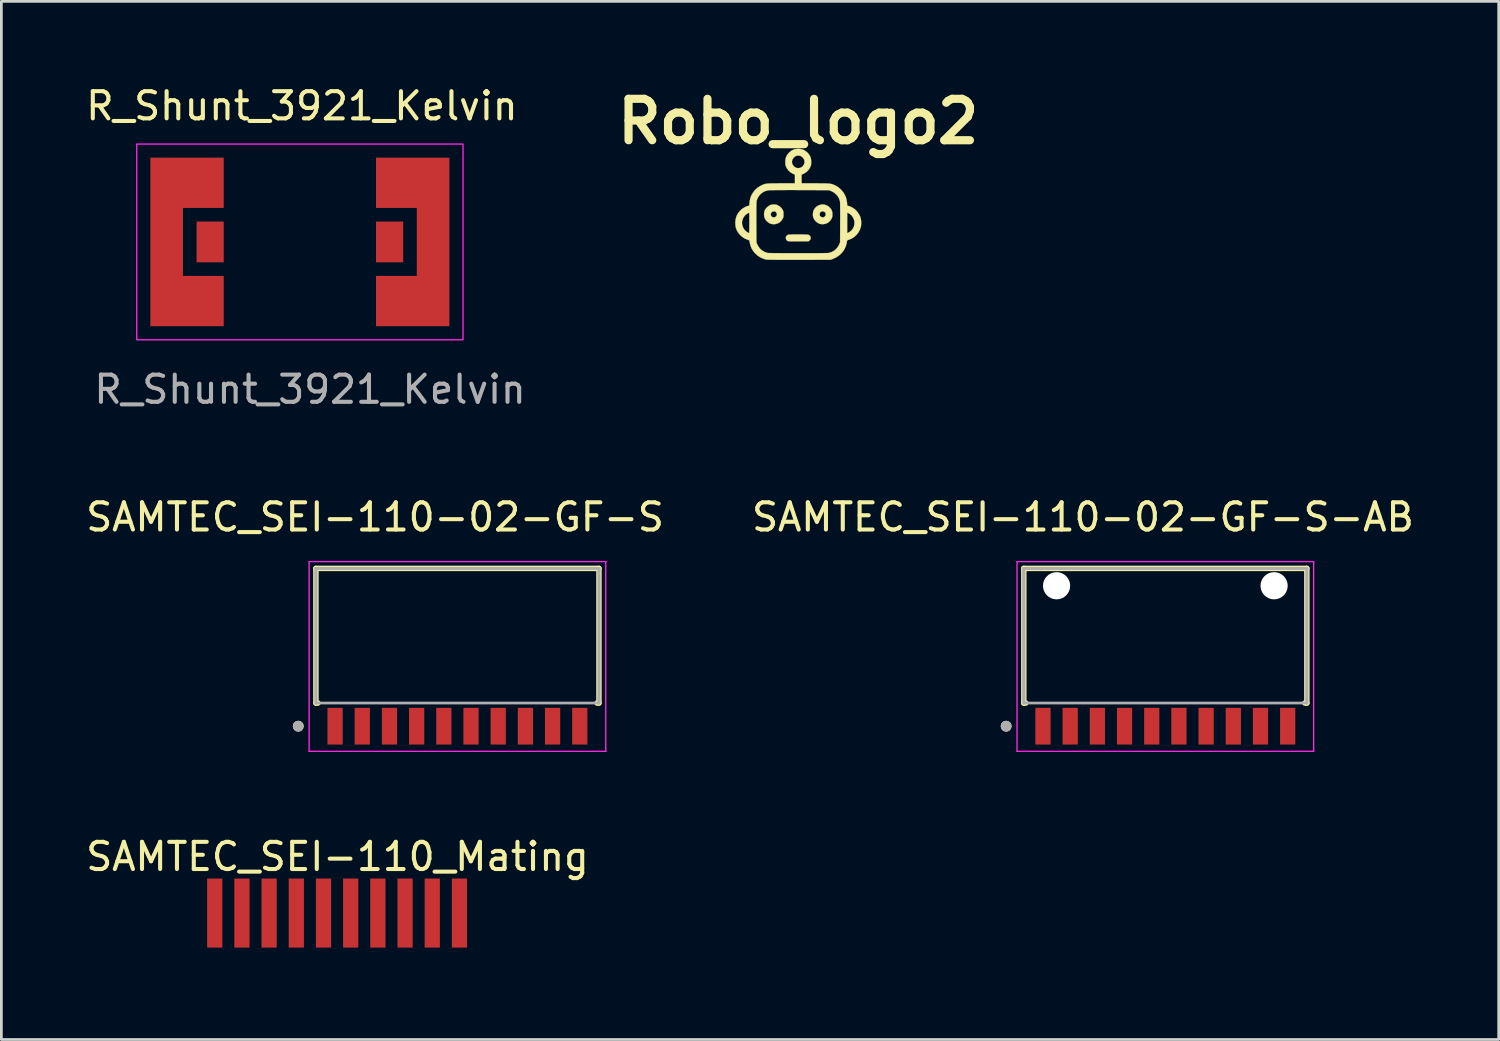
<source format=kicad_pcb>
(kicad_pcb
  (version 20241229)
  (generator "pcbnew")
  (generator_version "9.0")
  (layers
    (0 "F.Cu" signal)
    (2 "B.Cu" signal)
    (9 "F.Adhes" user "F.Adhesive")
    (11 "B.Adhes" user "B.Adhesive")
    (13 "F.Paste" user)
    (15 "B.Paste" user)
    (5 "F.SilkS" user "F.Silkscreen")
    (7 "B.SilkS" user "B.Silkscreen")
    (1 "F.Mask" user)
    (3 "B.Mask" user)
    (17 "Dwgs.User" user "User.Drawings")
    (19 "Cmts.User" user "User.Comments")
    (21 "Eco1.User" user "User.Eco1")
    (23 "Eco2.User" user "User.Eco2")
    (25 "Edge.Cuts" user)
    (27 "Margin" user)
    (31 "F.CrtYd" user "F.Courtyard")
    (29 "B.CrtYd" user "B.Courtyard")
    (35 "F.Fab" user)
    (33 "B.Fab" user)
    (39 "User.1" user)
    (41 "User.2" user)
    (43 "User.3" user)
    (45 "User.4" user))
  (footprint "SAMTEC_SEI-110_Mating"
    (layer "F.Cu")
    (at 9.348 30.532)
    (property "Reference" "SAMTEC_SEI-110_Mating" (at 0.015 -2.075 0) (layer "F.SilkS") (effects (font (size 1 1) (thickness 0.15))))
    (attr through_hole)
    (fp_poly (pts (xy 5.1 1.6) (xy -5.1 1.6) (xy -5.1 -1.6) (xy 5.1 -1.6)) (stroke (width 0.1) (type solid)) (fill yes) (layer "F.Mask"))
    (pad "1" connect rect (at -4.5 0) (size 0.56 2.54) (layers "F.Cu" "F.Mask"))
    (pad "2" connect rect (at -3.5 0) (size 0.56 2.54) (layers "F.Cu" "F.Mask"))
    (pad "3" connect rect (at -2.5 0) (size 0.56 2.54) (layers "F.Cu" "F.Mask"))
    (pad "4" connect rect (at -1.5 0) (size 0.56 2.54) (layers "F.Cu" "F.Mask"))
    (pad "5" connect rect (at -0.5 0) (size 0.56 2.54) (layers "F.Cu" "F.Mask"))
    (pad "6" connect rect (at 0.5 0) (size 0.56 2.54) (layers "F.Cu" "F.Mask"))
    (pad "7" connect rect (at 1.5 0) (size 0.56 2.54) (layers "F.Cu" "F.Mask"))
    (pad "8" connect rect (at 2.5 0) (size 0.56 2.54) (layers "F.Cu" "F.Mask"))
    (pad "9" connect rect (at 3.5 0) (size 0.56 2.54) (layers "F.Cu" "F.Mask"))
    (pad "10" connect rect (at 4.5 0) (size 0.56 2.54) (layers "F.Cu" "F.Mask")))
  (footprint "SAMTEC_SEI-110-02-GF-S"
    (layer "F.Cu")
    (at 13.774 20.333)
    (property "Reference" "SAMTEC_SEI-110-02-GF-S" (at -3.03 -4.363 0) (layer "F.SilkS") (effects (font (size 1 1) (thickness 0.15))))
    (attr smd)
    (fp_line (start -5.205 -2.478) (end 5.205 -2.478) (stroke (width 0.2) (type solid)) (layer "F.SilkS"))
    (fp_line (start -5.205 2.475) (end -5.205 -2.478) (stroke (width 0.2) (type solid)) (layer "F.SilkS"))
    (fp_line (start -5.13 2.475) (end -5.205 2.475) (stroke (width 0.2) (type solid)) (layer "F.SilkS"))
    (fp_line (start 5.13 2.475) (end 5.205 2.475) (stroke (width 0.2) (type solid)) (layer "F.SilkS"))
    (fp_line (start 5.205 -2.478) (end 5.205 2.475) (stroke (width 0.2) (type solid)) (layer "F.SilkS"))
    (fp_circle (center -5.855 3.326) (end -5.755 3.326) (stroke (width 0.2) (type solid)) (fill no) (layer "F.SilkS"))
    (fp_line (start -5.455 -2.728) (end 5.455 -2.728) (stroke (width 0.05) (type solid)) (layer "F.CrtYd"))
    (fp_line (start -5.455 4.251) (end -5.455 -2.728) (stroke (width 0.05) (type solid)) (layer "F.CrtYd"))
    (fp_line (start 5.455 -2.728) (end 5.455 4.251) (stroke (width 0.05) (type solid)) (layer "F.CrtYd"))
    (fp_line (start 5.455 4.251) (end -5.455 4.251) (stroke (width 0.05) (type solid)) (layer "F.CrtYd"))
    (fp_line (start -5.205 -2.478) (end 5.205 -2.478) (stroke (width 0.1) (type solid)) (layer "F.Fab"))
    (fp_line (start -5.205 -2.478) (end 5.205 -2.478) (stroke (width 0.1) (type solid)) (layer "F.Fab"))
    (fp_line (start -5.205 2.475) (end -5.205 -2.478) (stroke (width 0.1) (type solid)) (layer "F.Fab"))
    (fp_line (start -5.205 2.475) (end -5.205 -2.478) (stroke (width 0.1) (type solid)) (layer "F.Fab"))
    (fp_line (start 5.205 -2.478) (end 5.205 2.475) (stroke (width 0.1) (type solid)) (layer "F.Fab"))
    (fp_line (start 5.205 -2.478) (end 5.205 2.475) (stroke (width 0.1) (type solid)) (layer "F.Fab"))
    (fp_line (start 5.205 2.475) (end -5.205 2.475) (stroke (width 0.1) (type solid)) (layer "F.Fab"))
    (fp_circle (center -5.855 3.326) (end -5.755 3.326) (stroke (width 0.2) (type solid)) (fill no) (layer "F.Fab"))
    (pad "1" smd rect (at -4.5 3.326) (size 0.56 1.35) (layers "F.Cu" "F.Mask" "F.Paste"))
    (pad "2" smd rect (at -3.5 3.326) (size 0.56 1.35) (layers "F.Cu" "F.Mask" "F.Paste"))
    (pad "3" smd rect (at -2.5 3.326) (size 0.56 1.35) (layers "F.Cu" "F.Mask" "F.Paste"))
    (pad "4" smd rect (at -1.5 3.326) (size 0.56 1.35) (layers "F.Cu" "F.Mask" "F.Paste"))
    (pad "5" smd rect (at -0.5 3.326) (size 0.56 1.35) (layers "F.Cu" "F.Mask" "F.Paste"))
    (pad "6" smd rect (at 0.5 3.326) (size 0.56 1.35) (layers "F.Cu" "F.Mask" "F.Paste"))
    (pad "7" smd rect (at 1.5 3.326) (size 0.56 1.35) (layers "F.Cu" "F.Mask" "F.Paste"))
    (pad "8" smd rect (at 2.5 3.326) (size 0.56 1.35) (layers "F.Cu" "F.Mask" "F.Paste"))
    (pad "9" smd rect (at 3.5 3.326) (size 0.56 1.35) (layers "F.Cu" "F.Mask" "F.Paste"))
    (pad "10" smd rect (at 4.5 3.326) (size 0.56 1.35) (layers "F.Cu" "F.Mask" "F.Paste")))
  (footprint "R_Shunt_3921_Kelvin"
    (layer "F.Cu")
    (at 7.979 5.848)
    (property "Reference" "R_Shunt_3921_Kelvin" (at 0.075 -5 0) (unlocked yes) (layer "F.SilkS") (effects (font (size 1 1) (thickness 0.15))))
    (attr smd)
    (fp_rect (start -6 -3.6) (end 6 3.6) (stroke (width 0.05) (type solid)) (fill no) (layer "F.CrtYd"))
    (fp_text user "${REFERENCE}" (at 0.375 5.425 0) (unlocked yes) (layer "F.Fab") (effects (font (size 1 1) (thickness 0.15))))
    (pad "1" smd custom (at -4.825 0) (size 1 1) (layers "F.Cu" "F.Mask" "F.Paste") (options (anchor rect)) (primitives (gr_poly (pts (xy -0.675 -3.1) (xy 2.025 -3.1) (xy 2.025 -1.25) (xy 0.525 -1.25) (xy 0.525 1.25) (xy 2.025 1.25) (xy 2.025 3.1) (xy -0.675 3.1)) (width 0) (fill yes))))
    (pad "2" smd rect (at -3.3 0) (size 1 1.5) (layers "F.Cu" "F.Mask" "F.Paste"))
    (pad "3" smd rect (at 3.3 0 180) (size 1 1.5) (layers "F.Cu" "F.Mask" "F.Paste"))
    (pad "4" smd custom (at 4.825 0 180) (size 1 1) (layers "F.Cu" "F.Mask" "F.Paste") (options (anchor rect)) (primitives (gr_poly (pts (xy -0.675 -3.1) (xy 2.025 -3.1) (xy 2.025 -1.25) (xy 0.525 -1.25) (xy 0.525 1.25) (xy 2.025 1.25) (xy 2.025 3.1) (xy -0.675 3.1)) (width 0) (fill yes)))))
  (footprint "Robo_logo2"
    (layer "F.Cu")
    (at 26.309 4.466)
    (property "Reference" "Robo_logo2" (at 0 -3.048 0) (layer "F.SilkS") (effects (font (size 1.524 1.524) (thickness 0.3))))
    (attr through_hole)
    (fp_poly (pts (xy 0.11 1.108) (xy 0.182 1.109) (xy 0.247 1.11) (xy 0.301 1.112) (xy 0.342 1.115) (xy 0.366 1.117) (xy 0.368 1.118) (xy 0.411 1.14) (xy 0.442 1.175) (xy 0.456 1.221) (xy 0.457 1.235) (xy 0.454 1.268) (xy 0.443 1.293) (xy 0.422 1.318) (xy 0.388 1.356) (xy 0.013 1.359) (xy -0.086 1.359) (xy -0.167 1.36) (xy -0.232 1.359) (xy -0.283 1.359) (xy -0.322 1.357) (xy -0.35 1.355) (xy -0.37 1.352) (xy -0.384 1.349) (xy -0.392 1.346) (xy -0.427 1.318) (xy -0.45 1.279) (xy -0.457 1.235) (xy -0.45 1.191) (xy -0.431 1.159) (xy -0.404 1.136) (xy -0.371 1.119) (xy -0.368 1.118) (xy -0.347 1.115) (xy -0.308 1.113) (xy -0.256 1.111) (xy -0.193 1.109) (xy -0.121 1.108) (xy -0.045 1.108) (xy 0.033 1.108) (xy 0.11 1.108)) (stroke (width 0.01) (type solid)) (fill yes) (layer "F.SilkS"))
    (fp_poly (pts (xy 0.986 0.015) (xy 1.06 0.044) (xy 1.128 0.089) (xy 1.161 0.121) (xy 1.203 0.17) (xy 1.231 0.217) (xy 1.247 0.268) (xy 1.254 0.328) (xy 1.255 0.366) (xy 1.254 0.415) (xy 1.251 0.451) (xy 1.244 0.48) (xy 1.232 0.51) (xy 1.228 0.52) (xy 1.185 0.588) (xy 1.128 0.647) (xy 1.06 0.692) (xy 1.054 0.695) (xy 0.994 0.716) (xy 0.926 0.727) (xy 0.857 0.728) (xy 0.796 0.718) (xy 0.791 0.716) (xy 0.718 0.682) (xy 0.652 0.632) (xy 0.598 0.57) (xy 0.559 0.498) (xy 0.554 0.487) (xy 0.541 0.428) (xy 0.539 0.364) (xy 0.787 0.364) (xy 0.79 0.401) (xy 0.8 0.426) (xy 0.812 0.441) (xy 0.85 0.468) (xy 0.893 0.479) (xy 0.937 0.474) (xy 0.975 0.452) (xy 0.976 0.452) (xy 1.002 0.416) (xy 1.012 0.375) (xy 1.007 0.333) (xy 0.987 0.295) (xy 0.962 0.274) (xy 0.916 0.256) (xy 0.87 0.257) (xy 0.828 0.277) (xy 0.821 0.284) (xy 0.8 0.305) (xy 0.79 0.326) (xy 0.787 0.356) (xy 0.787 0.364) (xy 0.539 0.364) (xy 0.539 0.359) (xy 0.546 0.29) (xy 0.563 0.227) (xy 0.573 0.205) (xy 0.621 0.134) (xy 0.682 0.076) (xy 0.757 0.034) (xy 0.834 0.009) (xy 0.91 0.003) (xy 0.986 0.015)) (stroke (width 0.01) (type solid)) (fill yes) (layer "F.SilkS"))
    (fp_poly (pts (xy -0.853 0.007) (xy -0.818 0.012) (xy -0.784 0.022) (xy -0.75 0.037) (xy -0.674 0.084) (xy -0.612 0.144) (xy -0.572 0.205) (xy -0.559 0.232) (xy -0.551 0.256) (xy -0.546 0.283) (xy -0.544 0.319) (xy -0.544 0.366) (xy -0.544 0.414) (xy -0.546 0.449) (xy -0.55 0.475) (xy -0.559 0.499) (xy -0.573 0.527) (xy -0.578 0.537) (xy -0.628 0.608) (xy -0.689 0.664) (xy -0.761 0.703) (xy -0.842 0.725) (xy -0.878 0.728) (xy -0.923 0.728) (xy -0.967 0.724) (xy -0.997 0.718) (xy -1.072 0.687) (xy -1.138 0.638) (xy -1.194 0.576) (xy -1.235 0.502) (xy -1.24 0.489) (xy -1.255 0.428) (xy -1.258 0.38) (xy -1.012 0.38) (xy -1 0.419) (xy -0.976 0.451) (xy -0.943 0.471) (xy -0.904 0.48) (xy -0.863 0.474) (xy -0.823 0.451) (xy -0.816 0.446) (xy -0.792 0.411) (xy -0.784 0.371) (xy -0.791 0.331) (xy -0.81 0.296) (xy -0.84 0.269) (xy -0.879 0.255) (xy -0.893 0.254) (xy -0.94 0.263) (xy -0.979 0.288) (xy -1.004 0.325) (xy -1.007 0.334) (xy -1.012 0.38) (xy -1.258 0.38) (xy -1.259 0.359) (xy -1.252 0.289) (xy -1.234 0.227) (xy -1.232 0.221) (xy -1.198 0.164) (xy -1.15 0.11) (xy -1.093 0.063) (xy -1.044 0.035) (xy -1.004 0.019) (xy -0.969 0.01) (xy -0.928 0.006) (xy -0.899 0.006) (xy -0.853 0.007)) (stroke (width 0.01) (type solid)) (fill yes) (layer "F.SilkS"))
    (fp_poly (pts (xy 0.098 -2.033) (xy 0.186 -2.006) (xy 0.268 -1.961) (xy 0.344 -1.896) (xy 0.353 -1.886) (xy 0.408 -1.818) (xy 0.446 -1.746) (xy 0.469 -1.666) (xy 0.476 -1.575) (xy 0.476 -1.534) (xy 0.473 -1.485) (xy 0.469 -1.449) (xy 0.46 -1.418) (xy 0.446 -1.385) (xy 0.433 -1.357) (xy 0.382 -1.273) (xy 0.318 -1.205) (xy 0.241 -1.15) (xy 0.204 -1.131) (xy 0.122 -1.092) (xy 0.122 -0.932) (xy 0.122 -0.772) (xy 0.617 -0.772) (xy 0.739 -0.772) (xy 0.843 -0.771) (xy 0.93 -0.771) (xy 1.003 -0.769) (xy 1.063 -0.767) (xy 1.113 -0.764) (xy 1.155 -0.76) (xy 1.19 -0.755) (xy 1.221 -0.749) (xy 1.249 -0.741) (xy 1.277 -0.731) (xy 1.307 -0.719) (xy 1.31 -0.718) (xy 1.397 -0.677) (xy 1.474 -0.627) (xy 1.549 -0.564) (xy 1.565 -0.549) (xy 1.648 -0.454) (xy 1.712 -0.351) (xy 1.752 -0.256) (xy 1.77 -0.193) (xy 1.785 -0.121) (xy 1.795 -0.05) (xy 1.798 0.01) (xy 1.8 0.035) (xy 1.809 0.048) (xy 1.83 0.054) (xy 1.836 0.055) (xy 1.883 0.069) (xy 1.939 0.093) (xy 1.997 0.125) (xy 2.053 0.16) (xy 2.099 0.197) (xy 2.1 0.198) (xy 2.166 0.268) (xy 2.224 0.349) (xy 2.27 0.435) (xy 2.284 0.471) (xy 2.303 0.544) (xy 2.314 0.629) (xy 2.315 0.716) (xy 2.308 0.797) (xy 2.302 0.828) (xy 2.267 0.932) (xy 2.215 1.028) (xy 2.148 1.115) (xy 2.068 1.19) (xy 1.976 1.251) (xy 1.876 1.296) (xy 1.86 1.301) (xy 1.828 1.313) (xy 1.805 1.325) (xy 1.797 1.332) (xy 1.792 1.349) (xy 1.786 1.379) (xy 1.78 1.417) (xy 1.779 1.42) (xy 1.753 1.528) (xy 1.708 1.632) (xy 1.646 1.729) (xy 1.57 1.817) (xy 1.48 1.894) (xy 1.379 1.958) (xy 1.269 2.007) (xy 1.265 2.009) (xy 1.184 2.037) (xy 0.025 2.039) (xy -0.16 2.039) (xy -0.327 2.039) (xy -0.475 2.039) (xy -0.606 2.039) (xy -0.72 2.039) (xy -0.82 2.038) (xy -0.905 2.038) (xy -0.977 2.037) (xy -1.037 2.036) (xy -1.086 2.035) (xy -1.125 2.033) (xy -1.155 2.032) (xy -1.177 2.03) (xy -1.191 2.028) (xy -1.194 2.027) (xy -1.304 1.993) (xy -1.409 1.942) (xy -1.504 1.877) (xy -1.589 1.798) (xy -1.661 1.709) (xy -1.719 1.611) (xy -1.76 1.506) (xy -1.779 1.42) (xy -1.786 1.382) (xy -1.792 1.35) (xy -1.797 1.333) (xy -1.797 1.332) (xy -1.81 1.322) (xy -1.836 1.309) (xy -1.86 1.301) (xy -1.949 1.266) (xy -2.03 1.218) (xy -2.108 1.153) (xy -2.129 1.133) (xy -2.202 1.049) (xy -2.256 0.96) (xy -2.293 0.865) (xy -2.311 0.762) (xy -2.314 0.661) (xy -2.07 0.661) (xy -2.065 0.741) (xy -2.065 0.742) (xy -2.039 0.831) (xy -1.998 0.908) (xy -1.952 0.964) (xy -1.92 0.992) (xy -1.884 1.018) (xy -1.849 1.04) (xy -1.82 1.053) (xy -1.806 1.057) (xy -1.804 1.047) (xy -1.803 1.019) (xy -1.801 0.975) (xy -1.8 0.918) (xy -1.799 0.849) (xy -1.799 0.771) (xy -1.798 0.687) (xy -1.798 0.681) (xy -1.798 0.596) (xy -1.799 0.517) (xy -1.799 0.448) (xy -1.8 0.39) (xy -1.8 0.389) (xy -1.543 0.389) (xy -1.543 0.535) (xy -1.542 0.666) (xy -1.539 1.397) (xy -1.515 1.456) (xy -1.467 1.55) (xy -1.404 1.632) (xy -1.329 1.698) (xy -1.242 1.749) (xy -1.145 1.783) (xy -1.123 1.788) (xy -1.106 1.789) (xy -1.07 1.791) (xy -1.017 1.792) (xy -0.949 1.793) (xy -0.868 1.794) (xy -0.774 1.795) (xy -0.67 1.795) (xy -0.556 1.796) (xy -0.436 1.796) (xy -0.311 1.797) (xy -0.181 1.797) (xy -0.049 1.797) (xy 0.083 1.797) (xy 0.214 1.797) (xy 0.343 1.797) (xy 0.467 1.797) (xy 0.585 1.796) (xy 0.696 1.796) (xy 0.797 1.795) (xy 0.887 1.794) (xy 0.964 1.793) (xy 1.028 1.792) (xy 1.075 1.791) (xy 1.105 1.79) (xy 1.114 1.789) (xy 1.215 1.76) (xy 1.306 1.714) (xy 1.385 1.651) (xy 1.451 1.574) (xy 1.504 1.483) (xy 1.515 1.456) (xy 1.539 1.397) (xy 1.542 0.675) (xy 1.798 0.675) (xy 1.798 1.058) (xy 1.821 1.051) (xy 1.842 1.042) (xy 1.871 1.025) (xy 1.899 1.008) (xy 1.964 0.952) (xy 2.014 0.886) (xy 2.048 0.812) (xy 2.066 0.734) (xy 2.068 0.653) (xy 2.053 0.572) (xy 2.022 0.495) (xy 1.973 0.423) (xy 1.949 0.397) (xy 1.923 0.374) (xy 1.89 0.35) (xy 1.856 0.328) (xy 1.826 0.312) (xy 1.805 0.305) (xy 1.804 0.305) (xy 1.803 0.315) (xy 1.801 0.342) (xy 1.8 0.386) (xy 1.8 0.444) (xy 1.799 0.512) (xy 1.798 0.59) (xy 1.798 0.675) (xy 1.542 0.675) (xy 1.542 0.666) (xy 1.543 0.498) (xy 1.543 0.35) (xy 1.542 0.222) (xy 1.542 0.115) (xy 1.541 0.028) (xy 1.539 -0.04) (xy 1.537 -0.087) (xy 1.535 -0.114) (xy 1.534 -0.117) (xy 1.505 -0.207) (xy 1.459 -0.291) (xy 1.397 -0.366) (xy 1.321 -0.43) (xy 1.235 -0.48) (xy 1.188 -0.5) (xy 1.123 -0.523) (xy 0.061 -0.526) (xy -0.122 -0.527) (xy -0.291 -0.527) (xy -0.446 -0.527) (xy -0.587 -0.526) (xy -0.711 -0.526) (xy -0.819 -0.525) (xy -0.91 -0.524) (xy -0.983 -0.523) (xy -1.038 -0.522) (xy -1.074 -0.52) (xy -1.084 -0.519) (xy -1.18 -0.5) (xy -1.264 -0.466) (xy -1.342 -0.416) (xy -1.405 -0.359) (xy -1.449 -0.305) (xy -1.488 -0.239) (xy -1.519 -0.17) (xy -1.534 -0.119) (xy -1.536 -0.098) (xy -1.538 -0.061) (xy -1.54 -0.007) (xy -1.541 0.065) (xy -1.542 0.154) (xy -1.543 0.262) (xy -1.543 0.389) (xy -1.8 0.389) (xy -1.801 0.345) (xy -1.802 0.316) (xy -1.804 0.305) (xy -1.804 0.305) (xy -1.815 0.309) (xy -1.839 0.32) (xy -1.858 0.33) (xy -1.926 0.375) (xy -1.983 0.434) (xy -2.027 0.504) (xy -2.056 0.581) (xy -2.07 0.661) (xy -2.314 0.661) (xy -2.314 0.65) (xy -2.3 0.536) (xy -2.269 0.432) (xy -2.22 0.337) (xy -2.152 0.249) (xy -2.104 0.202) (xy -2.056 0.163) (xy -1.999 0.125) (xy -1.939 0.093) (xy -1.882 0.068) (xy -1.838 0.056) (xy -1.801 0.049) (xy -1.794 -0.038) (xy -1.781 -0.145) (xy -1.759 -0.238) (xy -1.728 -0.321) (xy -1.668 -0.427) (xy -1.593 -0.523) (xy -1.503 -0.606) (xy -1.401 -0.675) (xy -1.31 -0.718) (xy -1.281 -0.73) (xy -1.252 -0.74) (xy -1.224 -0.748) (xy -1.194 -0.754) (xy -1.159 -0.76) (xy -1.118 -0.764) (xy -1.069 -0.767) (xy -1.01 -0.769) (xy -0.939 -0.771) (xy -0.853 -0.771) (xy -0.751 -0.772) (xy -0.632 -0.772) (xy -0.617 -0.772) (xy -0.122 -0.772) (xy -0.122 -1.092) (xy -0.204 -1.131) (xy -0.288 -1.18) (xy -0.357 -1.243) (xy -0.413 -1.32) (xy -0.433 -1.357) (xy -0.452 -1.397) (xy -0.464 -1.428) (xy -0.47 -1.46) (xy -0.474 -1.5) (xy -0.476 -1.534) (xy -0.475 -1.544) (xy -0.232 -1.544) (xy -0.227 -1.511) (xy -0.212 -1.473) (xy -0.211 -1.471) (xy -0.174 -1.412) (xy -0.124 -1.368) (xy -0.066 -1.341) (xy -0.001 -1.332) (xy 0.067 -1.341) (xy 0.073 -1.343) (xy 0.124 -1.368) (xy 0.17 -1.408) (xy 0.206 -1.46) (xy 0.213 -1.475) (xy 0.23 -1.538) (xy 0.228 -1.602) (xy 0.209 -1.663) (xy 0.172 -1.716) (xy 0.121 -1.76) (xy 0.117 -1.762) (xy 0.085 -1.78) (xy 0.056 -1.79) (xy 0.021 -1.793) (xy 0 -1.793) (xy -0.042 -1.792) (xy -0.072 -1.785) (xy -0.102 -1.772) (xy -0.117 -1.762) (xy -0.17 -1.718) (xy -0.208 -1.662) (xy -0.229 -1.597) (xy -0.23 -1.583) (xy -0.232 -1.544) (xy -0.475 -1.544) (xy -0.472 -1.635) (xy -0.453 -1.724) (xy -0.417 -1.804) (xy -0.363 -1.876) (xy -0.333 -1.907) (xy -0.258 -1.968) (xy -0.18 -2.01) (xy -0.096 -2.034) (xy -0.002 -2.042) (xy 0.001 -2.042) (xy 0.098 -2.033)) (stroke (width 0.01) (type solid)) (fill yes) (layer "F.SilkS")))
  (footprint "SAMTEC_SEI-110-02-GF-S-AB"
    (layer "F.Cu")
    (at 39.81 20.333)
    (property "Reference" "SAMTEC_SEI-110-02-GF-S-AB" (at -3.03 -4.363 0) (layer "F.SilkS") (effects (font (size 1 1) (thickness 0.15))))
    (attr through_hole)
    (fp_line (start -5.205 -2.478) (end 5.205 -2.478) (stroke (width 0.2) (type solid)) (layer "F.SilkS"))
    (fp_line (start -5.205 2.475) (end -5.205 -2.478) (stroke (width 0.2) (type solid)) (layer "F.SilkS"))
    (fp_line (start -5.13 2.475) (end -5.205 2.475) (stroke (width 0.2) (type solid)) (layer "F.SilkS"))
    (fp_line (start 5.13 2.475) (end 5.205 2.475) (stroke (width 0.2) (type solid)) (layer "F.SilkS"))
    (fp_line (start 5.205 -2.478) (end 5.205 2.475) (stroke (width 0.2) (type solid)) (layer "F.SilkS"))
    (fp_circle (center -5.855 3.326) (end -5.755 3.326) (stroke (width 0.2) (type solid)) (fill no) (layer "F.SilkS"))
    (fp_line (start -5.455 -2.728) (end 5.455 -2.728) (stroke (width 0.05) (type solid)) (layer "F.CrtYd"))
    (fp_line (start -5.455 4.251) (end -5.455 -2.728) (stroke (width 0.05) (type solid)) (layer "F.CrtYd"))
    (fp_line (start 5.455 -2.728) (end 5.455 4.251) (stroke (width 0.05) (type solid)) (layer "F.CrtYd"))
    (fp_line (start 5.455 4.251) (end -5.455 4.251) (stroke (width 0.05) (type solid)) (layer "F.CrtYd"))
    (fp_line (start -5.205 -2.478) (end 5.205 -2.478) (stroke (width 0.1) (type solid)) (layer "F.Fab"))
    (fp_line (start -5.205 -2.478) (end 5.205 -2.478) (stroke (width 0.1) (type solid)) (layer "F.Fab"))
    (fp_line (start -5.205 2.475) (end -5.205 -2.478) (stroke (width 0.1) (type solid)) (layer "F.Fab"))
    (fp_line (start -5.205 2.475) (end -5.205 -2.478) (stroke (width 0.1) (type solid)) (layer "F.Fab"))
    (fp_line (start 5.205 -2.478) (end 5.205 2.475) (stroke (width 0.1) (type solid)) (layer "F.Fab"))
    (fp_line (start 5.205 -2.478) (end 5.205 2.475) (stroke (width 0.1) (type solid)) (layer "F.Fab"))
    (fp_line (start 5.205 2.475) (end -5.205 2.475) (stroke (width 0.1) (type solid)) (layer "F.Fab"))
    (fp_circle (center -5.855 3.326) (end -5.755 3.326) (stroke (width 0.2) (type solid)) (fill no) (layer "F.Fab"))
    (pad "" np_thru_hole circle (at -4 -1.839) (size 1 1) (drill 1) (layers "*.Cu" "*.Mask"))
    (pad "" np_thru_hole circle (at 4 -1.839) (size 1 1) (drill 1) (layers "*.Cu" "*.Mask"))
    (pad "1" smd rect (at -4.5 3.326) (size 0.56 1.35) (layers "F.Cu" "F.Mask" "F.Paste"))
    (pad "2" smd rect (at -3.5 3.326) (size 0.56 1.35) (layers "F.Cu" "F.Mask" "F.Paste"))
    (pad "3" smd rect (at -2.5 3.326) (size 0.56 1.35) (layers "F.Cu" "F.Mask" "F.Paste"))
    (pad "4" smd rect (at -1.5 3.326) (size 0.56 1.35) (layers "F.Cu" "F.Mask" "F.Paste"))
    (pad "5" smd rect (at -0.5 3.326) (size 0.56 1.35) (layers "F.Cu" "F.Mask" "F.Paste"))
    (pad "6" smd rect (at 0.5 3.326) (size 0.56 1.35) (layers "F.Cu" "F.Mask" "F.Paste"))
    (pad "7" smd rect (at 1.5 3.326) (size 0.56 1.35) (layers "F.Cu" "F.Mask" "F.Paste"))
    (pad "8" smd rect (at 2.5 3.326) (size 0.56 1.35) (layers "F.Cu" "F.Mask" "F.Paste"))
    (pad "9" smd rect (at 3.5 3.326) (size 0.56 1.35) (layers "F.Cu" "F.Mask" "F.Paste"))
    (pad "10" smd rect (at 4.5 3.326) (size 0.56 1.35) (layers "F.Cu" "F.Mask" "F.Paste")))
  (gr_rect
    (start -3 -3)
    (end 52.071 35.182)
    (stroke (width 0.1) (type default))
    (fill no)
    (layer "Edge.Cuts")))
</source>
